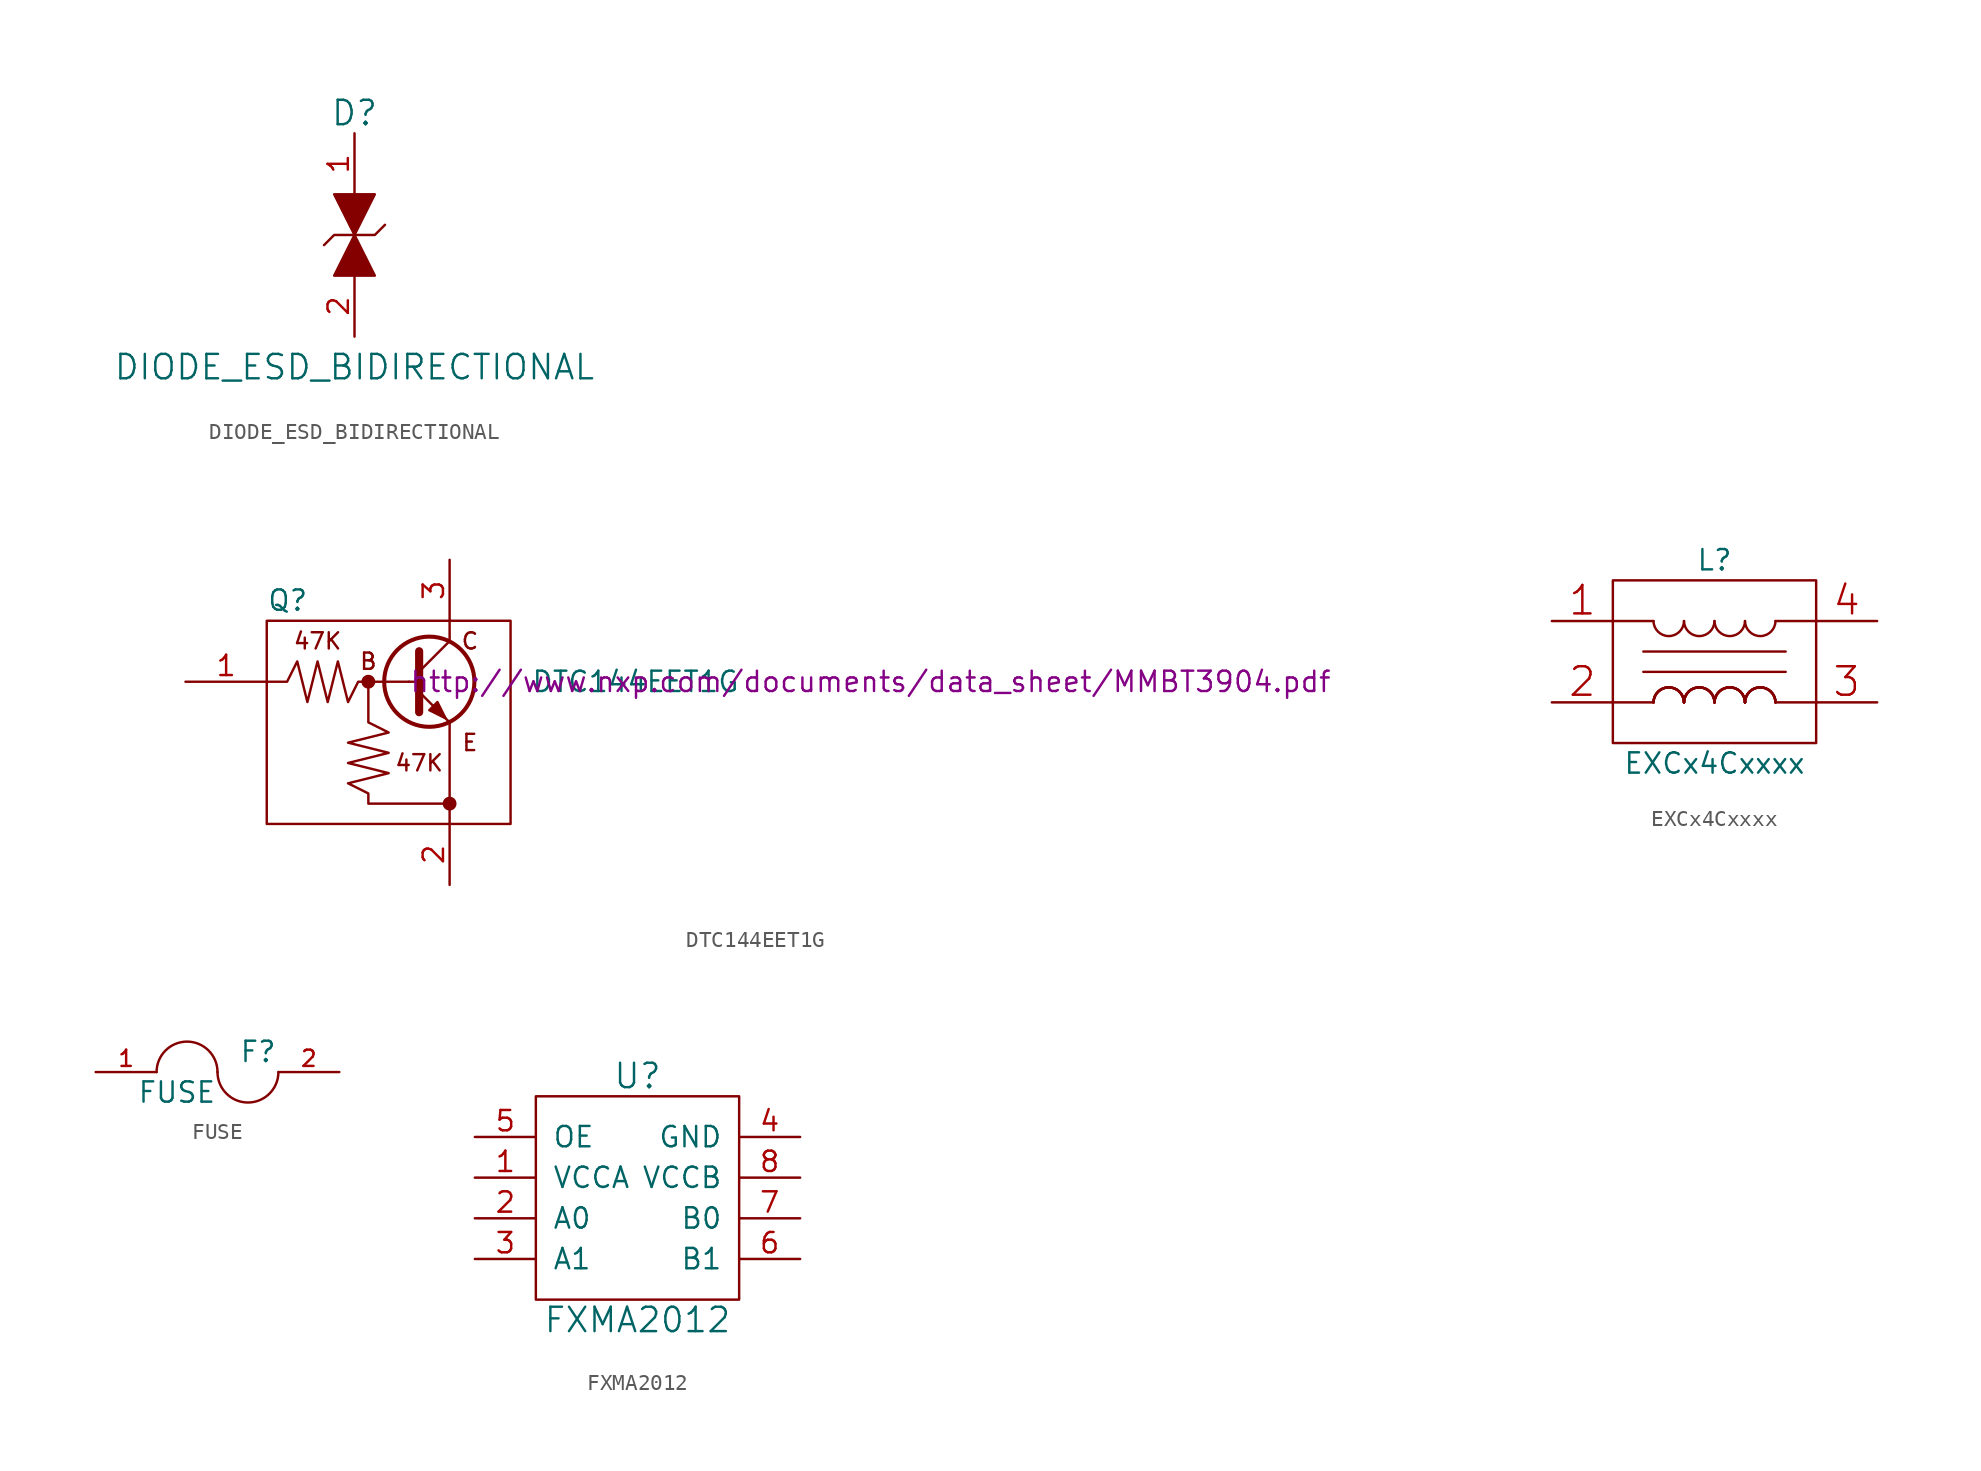
<source format=kicad_sym>
(kicad_symbol_lib
  (version 20211014)
  (generator kicad_symbol_editor)
  (symbol "DIODE_ESD_BIDIRECTIONAL"
    (pin_names
      (offset 1.016))
    (property "Reference" "D"
      (at 0 7.62 0)
      (effects (font (size 1.524 1.524))))
    (property "Value" "DIODE_ESD_BIDIRECTIONAL"
      (at 0 -8.255 0)
      (effects (font (size 1.524 1.524))))
    (property "Datasheet" ""
      (at 0 0 0)
      (effects (font (size 1.524 1.524))))
    (symbol "DIODE_ESD_BIDIRECTIONAL_0_1"
      (polyline (pts (xy -1.905 -0.635) (xy -1.27 0) (xy 1.27 0) (xy 1.905 0.635)) (stroke (width 0) (type default) (color 0 0 0 0)) (fill (type none)))
      (polyline (pts (xy -1.27 2.54) (xy 0 0) (xy 1.27 2.54) (xy -1.27 2.54)) (stroke (width 0) (type default) (color 0 0 0 0)) (fill (type outline)))
      (polyline (pts (xy 0 0) (xy -1.27 -2.54) (xy 1.27 -2.54) (xy 0 0)) (stroke (width 0) (type default) (color 0 0 0 0)) (fill (type outline))))
    (symbol "DIODE_ESD_BIDIRECTIONAL_1_1"
      (pin input line (at 0 6.35 270) (length 3.81) (name "~" (effects (font (size 1.27 1.27)))) (number "1" (effects (font (size 1.27 1.27)))))
      (pin input line (at 0 -6.35 90) (length 3.81) (name "~" (effects (font (size 1.27 1.27)))) (number "2" (effects (font (size 1.27 1.27)))))))
  (symbol "DTC144EET1G"
    (pin_names
      (offset 0) hide)
    (property "Reference" "Q"
      (at -7.62 7.62 0)
      (effects (font (size 1.27 1.27)) (justify left)))
    (property "Value" "DTC144EET1G"
      (at 8.89 2.54 0)
      (effects (font (size 1.27 1.27)) (justify left)))
    (property "Datasheet" "http://www.nxp.com/documents/data_sheet/MMBT3904.pdf"
      (at 1.27 2.54 0)
      (effects (font (size 1.27 1.27)) (justify left)))
    (symbol "DTC144EET1G_0_0"
      (polyline (pts (xy 3.81 -6.35) (xy 3.81 -5.08)) (stroke (width 0) (type default) (color 0 0 0 0)) (fill (type none)))
      (polyline (pts (xy 3.81 5.08) (xy 3.81 6.35)) (stroke (width 0) (type default) (color 0 0 0 0)) (fill (type none)))
      (text "47K" (at -4.445 5.08 0) (effects (font (size 1.016 1.016))))
      (text "47K" (at 1.905 -2.54 0) (effects (font (size 1.016 1.016))))
      (text "B" (at -1.27 3.81 0) (effects (font (size 1.016 1.016))))
      (text "C" (at 5.08 5.08 0) (effects (font (size 1.016 1.016))))
      (text "E" (at 5.08 -1.27 0) (effects (font (size 1.016 1.016)))))
    (symbol "DTC144EET1G_0_1"
      (rectangle (start -7.62 6.35) (end 7.62 -6.35) (stroke (width 0) (type default) (color 0 0 0 0)) (fill (type none)))
      (circle (center -1.27 2.54) (radius 0.356) (stroke (width 0) (type default) (color 0 0 0 0)) (fill (type outline)))
      (polyline (pts (xy 1.27 2.54) (xy -1.27 2.54)) (stroke (width 0) (type default) (color 0 0 0 0)) (fill (type none)))
      (polyline (pts (xy 1.27 2.54) (xy 1.905 2.54)) (stroke (width 0) (type default) (color 0 0 0 0)) (fill (type none)))
      (polyline (pts (xy 1.905 3.175) (xy 3.81 5.08)) (stroke (width 0) (type default) (color 0 0 0 0)) (fill (type none)))
      (polyline (pts (xy 3.81 -5.08) (xy 3.81 0)) (stroke (width 0) (type default) (color 0 0 0 0)) (fill (type none)))
      (polyline (pts (xy 1.905 1.905) (xy 3.81 0) (xy 3.81 0)) (stroke (width 0) (type default) (color 0 0 0 0)) (fill (type none)))
      (polyline (pts (xy 1.905 4.445) (xy 1.905 0.635) (xy 1.905 0.635)) (stroke (width 0.508) (type default) (color 0 0 0 0)) (fill (type none)))
      (polyline (pts (xy 2.54 0.762) (xy 3.048 1.27) (xy 3.556 0.254) (xy 2.54 0.762) (xy 2.54 0.762)) (stroke (width 0) (type default) (color 0 0 0 0)) (fill (type outline)))
      (polyline (pts (xy -7.62 2.54) (xy -6.35 2.54) (xy -5.715 3.81) (xy -5.08 1.27) (xy -4.445 3.81) (xy -3.81 1.27) (xy -3.175 3.81) (xy -2.54 1.27) (xy -1.905 2.54) (xy -1.27 2.54) (xy -1.27 0) (xy 0 -0.635) (xy -2.54 -1.27) (xy 0 -1.905) (xy -2.54 -2.54) (xy 0 -3.175) (xy -2.54 -3.81) (xy -1.27 -4.445) (xy -1.27 -5.08) (xy 3.81 -5.08)) (stroke (width 0) (type default) (color 0 0 0 0)) (fill (type none)))
      (circle (center 2.54 2.54) (radius 2.819) (stroke (width 0.254) (type default) (color 0 0 0 0)) (fill (type none)))
      (circle (center 3.81 -5.08) (radius 0.356) (stroke (width 0) (type default) (color 0 0 0 0)) (fill (type outline))))
    (symbol "DTC144EET1G_1_1"
      (pin input line (at -12.7 2.54 0) (length 5.08) (name "B" (effects (font (size 1.27 1.27)))) (number "1" (effects (font (size 1.27 1.27)))))
      (pin passive line (at 3.81 -10.16 90) (length 3.81) (name "E" (effects (font (size 1.27 1.27)))) (number "2" (effects (font (size 1.27 1.27)))))
      (pin passive line (at 3.81 10.16 270) (length 3.81) (name "C" (effects (font (size 1.27 1.27)))) (number "3" (effects (font (size 1.27 1.27)))))))
  (symbol "EXCx4Cxxxx"
    (pin_names
      (offset 1.016) hide)
    (property "Reference" "L"
      (at 0 6.35 0)
      (effects (font (size 1.27 1.27))))
    (property "Value" "EXCx4Cxxxx"
      (at 0 -6.35 0)
      (effects (font (size 1.27 1.27))))
    (property "Datasheet" ""
      (at 0 -2.54 90)
      (effects (font (size 1.524 1.524))))
    (symbol "EXCx4Cxxxx_0_1"
      (rectangle (start -6.35 5.08) (end 6.35 -5.08) (stroke (width 0) (type default) (color 0 0 0 0)) (fill (type none)))
      (arc (start -3.81 2.54) (mid -2.8702 1.6002) (end -1.905 2.54) (stroke (width 0) (type default) (color 0 0 0 0)) (fill (type none)))
      (arc (start -1.905 -2.54) (mid -2.8448 -1.6002) (end -3.81 -2.54) (stroke (width 0) (type default) (color 0 0 0 0)) (fill (type none)))
      (arc (start -1.905 -2.54) (mid -2.8448 -1.6002) (end -3.81 -2.54) (stroke (width 0) (type default) (color 0 0 0 0)) (fill (type none)))
      (arc (start -1.905 -2.54) (mid -2.8448 -1.6002) (end -3.81 -2.54) (stroke (width 0) (type default) (color 0 0 0 0)) (fill (type none)))
      (arc (start -1.905 -2.54) (mid -2.8448 -1.6002) (end -3.81 -2.54) (stroke (width 0) (type default) (color 0 0 0 0)) (fill (type none)))
      (arc (start -1.905 2.54) (mid -0.9652 1.6002) (end 0 2.54) (stroke (width 0) (type default) (color 0 0 0 0)) (fill (type none)))
      (arc (start 0 -2.54) (mid -0.9398 -1.6002) (end -1.905 -2.54) (stroke (width 0) (type default) (color 0 0 0 0)) (fill (type none)))
      (arc (start 0 -2.54) (mid -0.9398 -1.6002) (end -1.905 -2.54) (stroke (width 0) (type default) (color 0 0 0 0)) (fill (type none)))
      (arc (start 0 -2.54) (mid -0.9398 -1.6002) (end -1.905 -2.54) (stroke (width 0) (type default) (color 0 0 0 0)) (fill (type none)))
      (arc (start 0 -2.54) (mid -0.9398 -1.6002) (end -1.905 -2.54) (stroke (width 0) (type default) (color 0 0 0 0)) (fill (type none)))
      (polyline (pts (xy -4.445 -0.635) (xy 4.445 -0.635)) (stroke (width 0) (type default) (color 0 0 0 0)) (fill (type none)))
      (polyline (pts (xy -4.445 0.635) (xy 4.445 0.635)) (stroke (width 0) (type default) (color 0 0 0 0)) (fill (type none)))
      (polyline (pts (xy -3.81 -2.54) (xy -6.35 -2.54)) (stroke (width 0) (type default) (color 0 0 0 0)) (fill (type none)))
      (polyline (pts (xy -3.81 2.54) (xy -6.35 2.54)) (stroke (width 0) (type default) (color 0 0 0 0)) (fill (type none)))
      (polyline (pts (xy 6.35 -2.54) (xy 3.81 -2.54)) (stroke (width 0) (type default) (color 0 0 0 0)) (fill (type none)))
      (polyline (pts (xy 6.35 2.54) (xy 3.81 2.54)) (stroke (width 0) (type default) (color 0 0 0 0)) (fill (type none)))
      (arc (start 0 2.54) (mid 0.9398 1.6002) (end 1.905 2.54) (stroke (width 0) (type default) (color 0 0 0 0)) (fill (type none)))
      (arc (start 1.905 -2.54) (mid 0.9652 -1.6002) (end 0 -2.54) (stroke (width 0) (type default) (color 0 0 0 0)) (fill (type none)))
      (arc (start 1.905 -2.54) (mid 0.9652 -1.6002) (end 0 -2.54) (stroke (width 0) (type default) (color 0 0 0 0)) (fill (type none)))
      (arc (start 1.905 -2.54) (mid 0.9652 -1.6002) (end 0 -2.54) (stroke (width 0) (type default) (color 0 0 0 0)) (fill (type none)))
      (arc (start 1.905 -2.54) (mid 0.9652 -1.6002) (end 0 -2.54) (stroke (width 0) (type default) (color 0 0 0 0)) (fill (type none)))
      (arc (start 1.905 2.54) (mid 2.8448 1.6002) (end 3.81 2.54) (stroke (width 0) (type default) (color 0 0 0 0)) (fill (type none)))
      (arc (start 3.81 -2.54) (mid 2.8702 -1.6002) (end 1.905 -2.54) (stroke (width 0) (type default) (color 0 0 0 0)) (fill (type none)))
      (arc (start 3.81 -2.54) (mid 2.8702 -1.6002) (end 1.905 -2.54) (stroke (width 0) (type default) (color 0 0 0 0)) (fill (type none)))
      (arc (start 3.81 -2.54) (mid 2.8702 -1.6002) (end 1.905 -2.54) (stroke (width 0) (type default) (color 0 0 0 0)) (fill (type none)))
      (arc (start 3.81 -2.54) (mid 2.8702 -1.6002) (end 1.905 -2.54) (stroke (width 0) (type default) (color 0 0 0 0)) (fill (type none))))
    (symbol "EXCx4Cxxxx_1_1"
      (pin passive line (at -10.16 2.54 0) (length 3.81) (name "1" (effects (font (size 1.778 1.778)))) (number "1" (effects (font (size 1.778 1.778)))))
      (pin passive line (at -10.16 -2.54 0) (length 3.81) (name "2" (effects (font (size 1.778 1.778)))) (number "2" (effects (font (size 1.778 1.778)))))
      (pin passive line (at 10.16 -2.54 180) (length 3.81) (name "3" (effects (font (size 1.778 1.778)))) (number "3" (effects (font (size 1.778 1.778)))))
      (pin passive line (at 10.16 2.54 180) (length 3.81) (name "4" (effects (font (size 1.778 1.778)))) (number "4" (effects (font (size 1.778 1.778)))))))
  (symbol "FUSE"
    (pin_names
      (offset 0.254))
    (property "Reference" "F"
      (at 2.54 1.27 0)
      (effects (font (size 1.27 1.27))))
    (property "Value" "FUSE"
      (at -2.54 -1.27 0)
      (effects (font (size 1.27 1.27))))
    (property "Datasheet" ""
      (at 0 0 0)
      (effects (font (size 1.524 1.524))))
    (symbol "FUSE_0_1"
      (arc (start 0 0) (mid -1.905 1.905) (end -3.81 0) (stroke (width 0) (type default) (color 0 0 0 0)) (fill (type none)))
      (arc (start 0 0) (mid 1.905 -1.905) (end 3.81 0) (stroke (width 0) (type default) (color 0 0 0 0)) (fill (type none))))
    (symbol "FUSE_1_1"
      (pin input line (at -7.62 0 0) (length 3.81) (name "~" (effects (font (size 1.016 1.016)))) (number "1" (effects (font (size 1.016 1.016)))))
      (pin input line (at 7.62 0 180) (length 3.81) (name "~" (effects (font (size 1.016 1.016)))) (number "2" (effects (font (size 1.016 1.016)))))))
  (symbol "FXMA2012"
    (pin_names
      (offset 1.016))
    (property "Reference" "U"
      (at 0 7.62 0)
      (effects (font (size 1.524 1.524))))
    (property "Value" "FXMA2012"
      (at 0 -7.62 0)
      (effects (font (size 1.524 1.524))))
    (property "Datasheet" ""
      (at 0 -2.54 0)
      (effects (font (size 1.524 1.524))))
    (symbol "FXMA2012_0_1"
      (rectangle (start -6.35 6.35) (end 6.35 -6.35) (stroke (width 0) (type default) (color 0 0 0 0)) (fill (type none))))
    (symbol "FXMA2012_1_1"
      (pin power_in line (at -10.16 1.27 0) (length 3.81) (name "VCCA" (effects (font (size 1.27 1.27)))) (number "1" (effects (font (size 1.27 1.27)))))
      (pin bidirectional line (at -10.16 -1.27 0) (length 3.81) (name "A0" (effects (font (size 1.27 1.27)))) (number "2" (effects (font (size 1.27 1.27)))))
      (pin bidirectional line (at -10.16 -3.81 0) (length 3.81) (name "A1" (effects (font (size 1.27 1.27)))) (number "3" (effects (font (size 1.27 1.27)))))
      (pin power_in line (at 10.16 3.81 180) (length 3.81) (name "GND" (effects (font (size 1.27 1.27)))) (number "4" (effects (font (size 1.27 1.27)))))
      (pin input line (at -10.16 3.81 0) (length 3.81) (name "OE" (effects (font (size 1.27 1.27)))) (number "5" (effects (font (size 1.27 1.27)))))
      (pin bidirectional line (at 10.16 -3.81 180) (length 3.81) (name "B1" (effects (font (size 1.27 1.27)))) (number "6" (effects (font (size 1.27 1.27)))))
      (pin bidirectional line (at 10.16 -1.27 180) (length 3.81) (name "B0" (effects (font (size 1.27 1.27)))) (number "7" (effects (font (size 1.27 1.27)))))
      (pin power_in line (at 10.16 1.27 180) (length 3.81) (name "VCCB" (effects (font (size 1.27 1.27)))) (number "8" (effects (font (size 1.27 1.27))))))))
</source>
